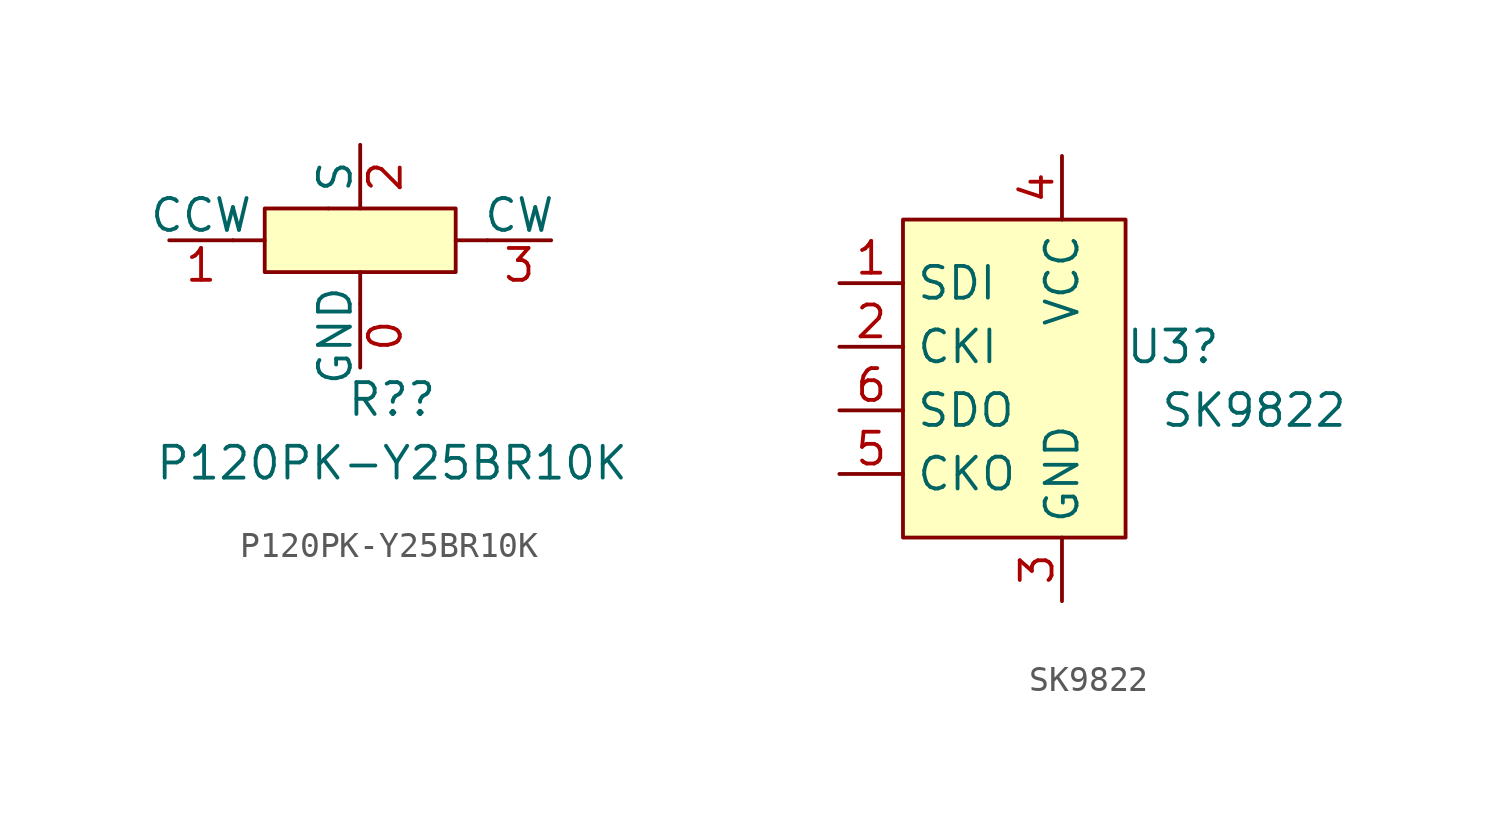
<source format=kicad_sym>
(kicad_symbol_lib
  (version 20211014)
  (generator kicad_symbol_editor)
  (symbol "P120PK-Y25BR10K"
    (pin_names
      (offset 0))
    (property "Reference" "R?"
      (at 1.27 -11.43 0)
      (effects (font (size 1.27 1.27))))
    (property "Value" "P120PK-Y25BR10K"
      (at 1.27 -13.97 0)
      (effects (font (size 1.27 1.27))))
    (symbol "P120PK-Y25BR10K_0_1"
      (rectangle (start -3.81 -3.81) (end 3.81 -6.35) (stroke (width 0) (type default) (color 0 0 0 0)) (fill (type background)))
      (rectangle (start -1.27 -3.81) (end -1.27 -3.81) (stroke (width 0) (type default) (color 0 0 0 0)) (fill (type none)))
      (polyline (pts (xy -3.81 -5.08) (xy -5.08 -5.08)) (stroke (width 0) (type default) (color 0 0 0 0)) (fill (type none)))
      (polyline (pts (xy 0 -7.62) (xy 0 -6.35)) (stroke (width 0) (type default) (color 0 0 0 0)) (fill (type none)))
      (polyline (pts (xy 5.08 -5.08) (xy 3.81 -5.08)) (stroke (width 0) (type default) (color 0 0 0 0)) (fill (type none))))
    (symbol "P120PK-Y25BR10K_1_1"
      (pin passive line (at 0 -10.16 90) (length 2.54) (name "GND" (effects (font (size 1.27 1.27)))) (number "0" (effects (font (size 1.27 1.27)))))
      (pin passive line (at -7.62 -5.08 0) (length 2.54) (name "CCW" (effects (font (size 1.27 1.27)))) (number "1" (effects (font (size 1.27 1.27)))))
      (pin passive line (at 0 -1.27 270) (length 2.54) (name "S" (effects (font (size 1.27 1.27)))) (number "2" (effects (font (size 1.27 1.27)))))
      (pin passive line (at 7.62 -5.08 180) (length 2.54) (name "CW" (effects (font (size 1.27 1.27)))) (number "3" (effects (font (size 1.27 1.27)))))))
  (symbol "SK9822"
    (property "Reference" "U3"
      (at 5.08 1.27 0)
      (effects (font (size 1.27 1.27)) (justify right)))
    (property "Value" "SK9822"
      (at 10.16 -1.27 0)
      (effects (font (size 1.27 1.27)) (justify right)))
    (symbol "SK9822_0_1"
      (rectangle (start -7.62 6.35) (end 1.27 -6.35) (stroke (width 0) (type default) (color 0 0 0 0)) (fill (type background))))
    (symbol "SK9822_1_1"
      (pin passive line (at -10.16 3.81 0) (length 2.54) (name "SDI" (effects (font (size 1.27 1.27)))) (number "1" (effects (font (size 1.27 1.27)))))
      (pin passive line (at -10.16 1.27 0) (length 2.54) (name "CKI" (effects (font (size 1.27 1.27)))) (number "2" (effects (font (size 1.27 1.27)))))
      (pin passive line (at -1.27 -8.89 90) (length 2.54) (name "GND" (effects (font (size 1.27 1.27)))) (number "3" (effects (font (size 1.27 1.27)))))
      (pin passive line (at -1.27 8.89 270) (length 2.54) (name "VCC" (effects (font (size 1.27 1.27)))) (number "4" (effects (font (size 1.27 1.27)))))
      (pin passive line (at -10.16 -3.81 0) (length 2.54) (name "CKO" (effects (font (size 1.27 1.27)))) (number "5" (effects (font (size 1.27 1.27)))))
      (pin passive line (at -10.16 -1.27 0) (length 2.54) (name "SDO" (effects (font (size 1.27 1.27)))) (number "6" (effects (font (size 1.27 1.27))))))))
</source>
